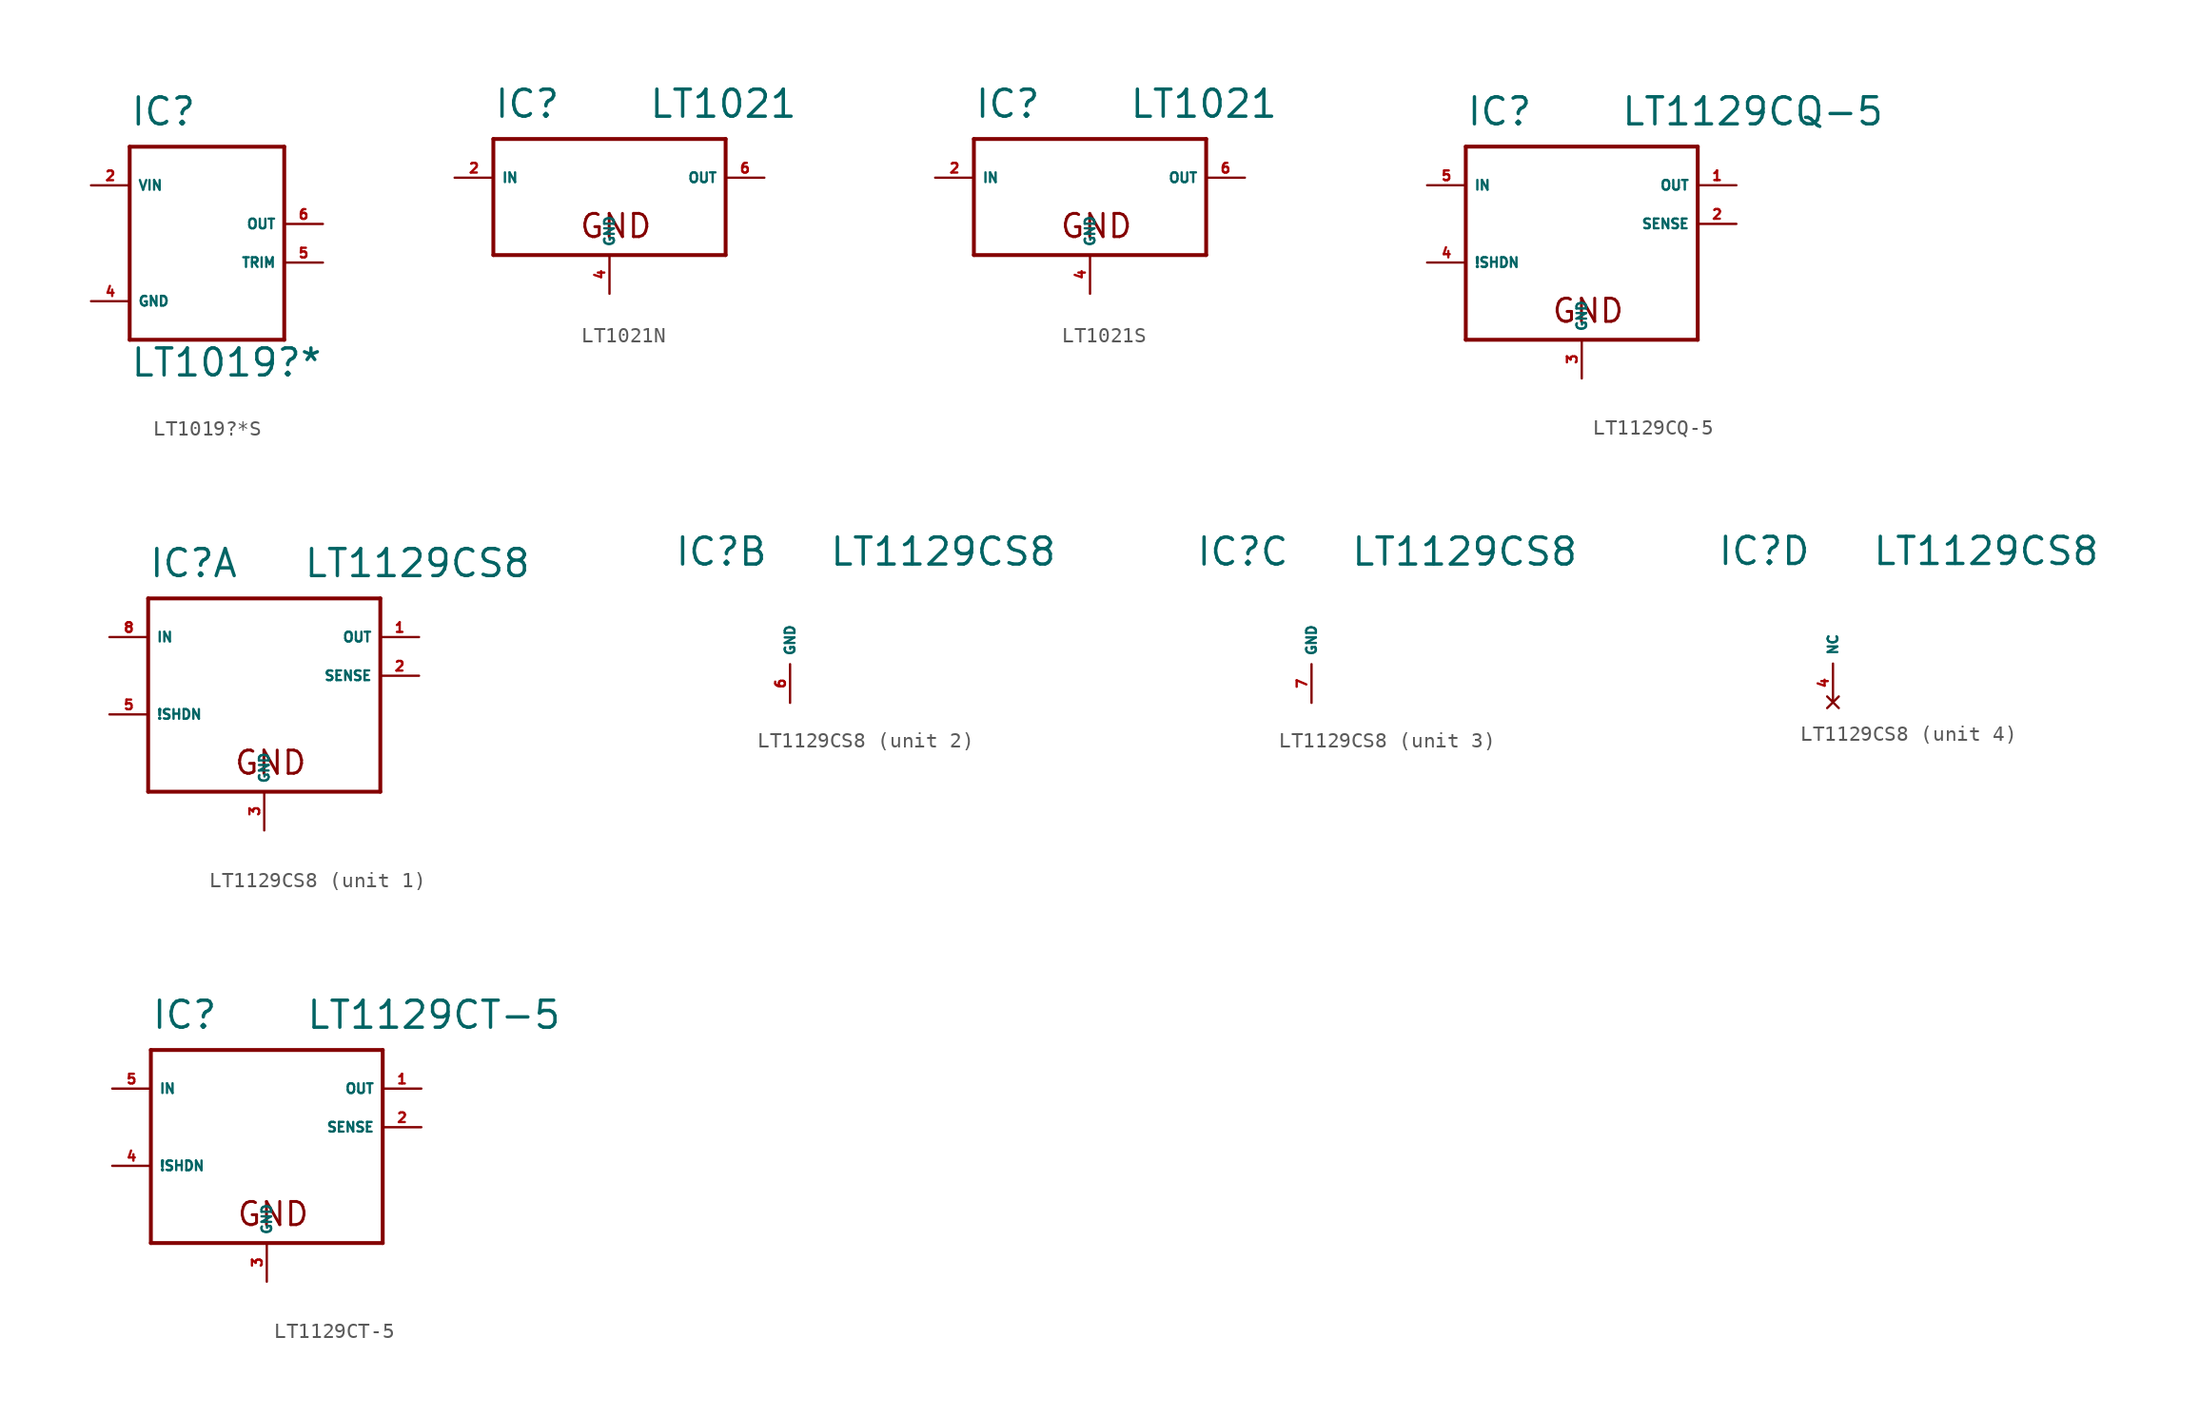
<source format=kicad_sym>
(kicad_symbol_lib
  (version 20220914)
  (generator Eagle2Kicad)
  (symbol "LT1019?*S"
    (property "Reference" "IC"
      (at -5.08 8.89 0)
      (effects (font (size 1.778 1.778) (thickness 0.22)) (justify left bottom)))
    (property "Value" "LT1019?*"
      (at -5.08 -7.62 0)
      (effects (font (size 1.778 1.778) (thickness 0.22)) (justify left bottom)))
    (polyline
      (pts (xy -5.08 7.62) (xy 5.08 7.62))
      (stroke (width 0.254) (type default))
      (fill (type none)))
    (polyline
      (pts (xy 5.08 7.62) (xy 5.08 -5.08))
      (stroke (width 0.254) (type default))
      (fill (type none)))
    (polyline
      (pts (xy 5.08 -5.08) (xy -5.08 -5.08))
      (stroke (width 0.254) (type default))
      (fill (type none)))
    (polyline
      (pts (xy -5.08 -5.08) (xy -5.08 7.62))
      (stroke (width 0.254) (type default))
      (fill (type none)))
    (pin input line
      (at -7.62 5.08 0)
      (length 2.54)
      (name "VIN" (effects (font (size 0.635 0.635) (thickness 0.08)) (justify left bottom)))
      (number "2" (effects (font (size 0.635 0.635) (thickness 0.08)) (justify left bottom))))
    (pin input line
      (at 7.62 2.54 180)
      (length 2.54)
      (name "OUT" (effects (font (size 0.635 0.635) (thickness 0.08)) (justify left bottom)))
      (number "6" (effects (font (size 0.635 0.635) (thickness 0.08)) (justify left bottom))))
    (pin passive line
      (at 7.62 0 180)
      (length 2.54)
      (name "TRIM" (effects (font (size 0.635 0.635) (thickness 0.08)) (justify left bottom)))
      (number "5" (effects (font (size 0.635 0.635) (thickness 0.08)) (justify left bottom))))
    (pin unspecified line
      (at -7.62 -2.54 0)
      (length 2.54)
      (name "GND" (effects (font (size 0.635 0.635) (thickness 0.08)) (justify left bottom)))
      (number "4" (effects (font (size 0.635 0.635) (thickness 0.08)) (justify left bottom)))))
  (symbol "LT1021N"
    (property "Reference" "IC"
      (at -7.62 6.35 0)
      (effects (font (size 1.778 1.778) (thickness 0.22)) (justify left bottom)))
    (property "Value" "LT1021"
      (at 2.54 6.35 0)
      (effects (font (size 1.778 1.778) (thickness 0.22)) (justify left bottom)))
    (polyline
      (pts (xy -7.62 5.08) (xy 7.62 5.08))
      (stroke (width 0.254) (type default))
      (fill (type none)))
    (polyline
      (pts (xy 7.62 5.08) (xy 7.62 -2.54))
      (stroke (width 0.254) (type default))
      (fill (type none)))
    (polyline
      (pts (xy 7.62 -2.54) (xy -7.62 -2.54))
      (stroke (width 0.254) (type default))
      (fill (type none)))
    (polyline
      (pts (xy -7.62 -2.54) (xy -7.62 5.08))
      (stroke (width 0.254) (type default))
      (fill (type none)))
    (text "GND"
      (at -2.032 -1.524 0)
      (effects (font (size 1.524 1.524) (thickness 0.19)) (justify left bottom)))
    (pin input line
      (at -10.16 2.54 0)
      (length 2.54)
      (name "IN" (effects (font (size 0.635 0.635) (thickness 0.08)) (justify left bottom)))
      (number "2" (effects (font (size 0.635 0.635) (thickness 0.08)) (justify left bottom))))
    (pin output line
      (at 10.16 2.54 180)
      (length 2.54)
      (name "OUT" (effects (font (size 0.635 0.635) (thickness 0.08)) (justify left bottom)))
      (number "6" (effects (font (size 0.635 0.635) (thickness 0.08)) (justify left bottom))))
    (pin unspecified line
      (at 0 -5.08 90)
      (length 2.54)
      (name "GND" (effects (font (size 0.635 0.635) (thickness 0.08)) (justify left bottom)))
      (number "4" (effects (font (size 0.635 0.635) (thickness 0.08)) (justify left bottom)))))
  (symbol "LT1021S"
    (property "Reference" "IC"
      (at -7.62 6.35 0)
      (effects (font (size 1.778 1.778) (thickness 0.22)) (justify left bottom)))
    (property "Value" "LT1021"
      (at 2.54 6.35 0)
      (effects (font (size 1.778 1.778) (thickness 0.22)) (justify left bottom)))
    (polyline
      (pts (xy -7.62 5.08) (xy 7.62 5.08))
      (stroke (width 0.254) (type default))
      (fill (type none)))
    (polyline
      (pts (xy 7.62 5.08) (xy 7.62 -2.54))
      (stroke (width 0.254) (type default))
      (fill (type none)))
    (polyline
      (pts (xy 7.62 -2.54) (xy -7.62 -2.54))
      (stroke (width 0.254) (type default))
      (fill (type none)))
    (polyline
      (pts (xy -7.62 -2.54) (xy -7.62 5.08))
      (stroke (width 0.254) (type default))
      (fill (type none)))
    (text "GND"
      (at -2.032 -1.524 0)
      (effects (font (size 1.524 1.524) (thickness 0.19)) (justify left bottom)))
    (pin input line
      (at -10.16 2.54 0)
      (length 2.54)
      (name "IN" (effects (font (size 0.635 0.635) (thickness 0.08)) (justify left bottom)))
      (number "2" (effects (font (size 0.635 0.635) (thickness 0.08)) (justify left bottom))))
    (pin output line
      (at 10.16 2.54 180)
      (length 2.54)
      (name "OUT" (effects (font (size 0.635 0.635) (thickness 0.08)) (justify left bottom)))
      (number "6" (effects (font (size 0.635 0.635) (thickness 0.08)) (justify left bottom))))
    (pin unspecified line
      (at 0 -5.08 90)
      (length 2.54)
      (name "GND" (effects (font (size 0.635 0.635) (thickness 0.08)) (justify left bottom)))
      (number "4" (effects (font (size 0.635 0.635) (thickness 0.08)) (justify left bottom)))))
  (symbol "LT1129CQ-5"
    (property "Reference" "IC"
      (at -7.62 6.35 0)
      (effects (font (size 1.778 1.778) (thickness 0.22)) (justify left bottom)))
    (property "Value" "LT1129CQ-5"
      (at 2.54 6.35 0)
      (effects (font (size 1.778 1.778) (thickness 0.22)) (justify left bottom)))
    (polyline
      (pts (xy -7.62 5.08) (xy 7.62 5.08))
      (stroke (width 0.254) (type default))
      (fill (type none)))
    (polyline
      (pts (xy 7.62 5.08) (xy 7.62 -7.62))
      (stroke (width 0.254) (type default))
      (fill (type none)))
    (polyline
      (pts (xy 7.62 -7.62) (xy -7.62 -7.62))
      (stroke (width 0.254) (type default))
      (fill (type none)))
    (polyline
      (pts (xy -7.62 -7.62) (xy -7.62 5.08))
      (stroke (width 0.254) (type default))
      (fill (type none)))
    (text "GND"
      (at -2.032 -6.604 0)
      (effects (font (size 1.524 1.524) (thickness 0.19)) (justify left bottom)))
    (pin input line
      (at -10.16 2.54 0)
      (length 2.54)
      (name "IN" (effects (font (size 0.635 0.635) (thickness 0.08)) (justify left bottom)))
      (number "5" (effects (font (size 0.635 0.635) (thickness 0.08)) (justify left bottom))))
    (pin output line
      (at 10.16 2.54 180)
      (length 2.54)
      (name "OUT" (effects (font (size 0.635 0.635) (thickness 0.08)) (justify left bottom)))
      (number "1" (effects (font (size 0.635 0.635) (thickness 0.08)) (justify left bottom))))
    (pin input line
      (at -10.16 -2.54 0)
      (length 2.54)
      (name "!SHDN" (effects (font (size 0.635 0.635) (thickness 0.08)) (justify left bottom)))
      (number "4" (effects (font (size 0.635 0.635) (thickness 0.08)) (justify left bottom))))
    (pin input line
      (at 10.16 0 180)
      (length 2.54)
      (name "SENSE" (effects (font (size 0.635 0.635) (thickness 0.08)) (justify left bottom)))
      (number "2" (effects (font (size 0.635 0.635) (thickness 0.08)) (justify left bottom))))
    (pin unspecified line
      (at 0 -10.16 90)
      (length 2.54)
      (name "GND" (effects (font (size 0.635 0.635) (thickness 0.08)) (justify left bottom)))
      (number "3" (effects (font (size 0.635 0.635) (thickness 0.08)) (justify left bottom)))))
  (symbol "LT1129CS8"
    (property "Reference" "IC"
      (at -7.62 6.35 0)
      (effects (font (size 1.778 1.778) (thickness 0.22)) (justify left bottom)))
    (property "Value" "LT1129CS8"
      (at 2.54 6.35 0)
      (effects (font (size 1.778 1.778) (thickness 0.22)) (justify left bottom)))
    (symbol "LT1129CS8_1_0"
      (polyline (pts (xy -7.62 5.08) (xy 7.62 5.08)) (stroke (width 0.254) (type default)) (fill (type none)))
      (polyline (pts (xy 7.62 5.08) (xy 7.62 -7.62)) (stroke (width 0.254) (type default)) (fill (type none)))
      (polyline (pts (xy 7.62 -7.62) (xy -7.62 -7.62)) (stroke (width 0.254) (type default)) (fill (type none)))
      (polyline (pts (xy -7.62 -7.62) (xy -7.62 5.08)) (stroke (width 0.254) (type default)) (fill (type none)))
      (text "GND" (at -2.032 -6.604 0) (effects (font (size 1.524 1.524) (thickness 0.19)) (justify left bottom)))
      (pin input line (at -10.16 2.54 0) (length 2.54) (name "IN" (effects (font (size 0.635 0.635) (thickness 0.08)) (justify left bottom))) (number "8" (effects (font (size 0.635 0.635) (thickness 0.08)) (justify left bottom))))
      (pin output line (at 10.16 2.54 180) (length 2.54) (name "OUT" (effects (font (size 0.635 0.635) (thickness 0.08)) (justify left bottom))) (number "1" (effects (font (size 0.635 0.635) (thickness 0.08)) (justify left bottom))))
      (pin input line (at -10.16 -2.54 0) (length 2.54) (name "!SHDN" (effects (font (size 0.635 0.635) (thickness 0.08)) (justify left bottom))) (number "5" (effects (font (size 0.635 0.635) (thickness 0.08)) (justify left bottom))))
      (pin input line (at 10.16 0 180) (length 2.54) (name "SENSE" (effects (font (size 0.635 0.635) (thickness 0.08)) (justify left bottom))) (number "2" (effects (font (size 0.635 0.635) (thickness 0.08)) (justify left bottom))))
      (pin unspecified line (at 0 -10.16 90) (length 2.54) (name "GND" (effects (font (size 0.635 0.635) (thickness 0.08)) (justify left bottom))) (number "3" (effects (font (size 0.635 0.635) (thickness 0.08)) (justify left bottom)))))
    (symbol "LT1129CS8_2_0"
      (pin unspecified line (at 0 -2.54 90) (length 2.54) (name "GND" (effects (font (size 0.635 0.635) (thickness 0.08)) (justify left bottom))) (number "6" (effects (font (size 0.635 0.635) (thickness 0.08)) (justify left bottom)))))
    (symbol "LT1129CS8_3_0"
      (pin unspecified line (at 0 -2.54 90) (length 2.54) (name "GND" (effects (font (size 0.635 0.635) (thickness 0.08)) (justify left bottom))) (number "7" (effects (font (size 0.635 0.635) (thickness 0.08)) (justify left bottom)))))
    (symbol "LT1129CS8_4_0"
      (pin no_connect line (at 0 -2.54 90) (length 2.54) (name "NC" (effects (font (size 0.635 0.635) (thickness 0.08)) (justify left bottom) hide)) (number "4" (effects (font (size 0.635 0.635) (thickness 0.08)) (justify left bottom) hide)))))
  (symbol "LT1129CT-5"
    (property "Reference" "IC"
      (at -7.62 6.35 0)
      (effects (font (size 1.778 1.778) (thickness 0.22)) (justify left bottom)))
    (property "Value" "LT1129CT-5"
      (at 2.54 6.35 0)
      (effects (font (size 1.778 1.778) (thickness 0.22)) (justify left bottom)))
    (polyline
      (pts (xy -7.62 5.08) (xy 7.62 5.08))
      (stroke (width 0.254) (type default))
      (fill (type none)))
    (polyline
      (pts (xy 7.62 5.08) (xy 7.62 -7.62))
      (stroke (width 0.254) (type default))
      (fill (type none)))
    (polyline
      (pts (xy 7.62 -7.62) (xy -7.62 -7.62))
      (stroke (width 0.254) (type default))
      (fill (type none)))
    (polyline
      (pts (xy -7.62 -7.62) (xy -7.62 5.08))
      (stroke (width 0.254) (type default))
      (fill (type none)))
    (text "GND"
      (at -2.032 -6.604 0)
      (effects (font (size 1.524 1.524) (thickness 0.19)) (justify left bottom)))
    (pin input line
      (at -10.16 2.54 0)
      (length 2.54)
      (name "IN" (effects (font (size 0.635 0.635) (thickness 0.08)) (justify left bottom)))
      (number "5" (effects (font (size 0.635 0.635) (thickness 0.08)) (justify left bottom))))
    (pin output line
      (at 10.16 2.54 180)
      (length 2.54)
      (name "OUT" (effects (font (size 0.635 0.635) (thickness 0.08)) (justify left bottom)))
      (number "1" (effects (font (size 0.635 0.635) (thickness 0.08)) (justify left bottom))))
    (pin input line
      (at -10.16 -2.54 0)
      (length 2.54)
      (name "!SHDN" (effects (font (size 0.635 0.635) (thickness 0.08)) (justify left bottom)))
      (number "4" (effects (font (size 0.635 0.635) (thickness 0.08)) (justify left bottom))))
    (pin input line
      (at 10.16 0 180)
      (length 2.54)
      (name "SENSE" (effects (font (size 0.635 0.635) (thickness 0.08)) (justify left bottom)))
      (number "2" (effects (font (size 0.635 0.635) (thickness 0.08)) (justify left bottom))))
    (pin unspecified line
      (at 0 -10.16 90)
      (length 2.54)
      (name "GND" (effects (font (size 0.635 0.635) (thickness 0.08)) (justify left bottom)))
      (number "3" (effects (font (size 0.635 0.635) (thickness 0.08)) (justify left bottom))))))
</source>
